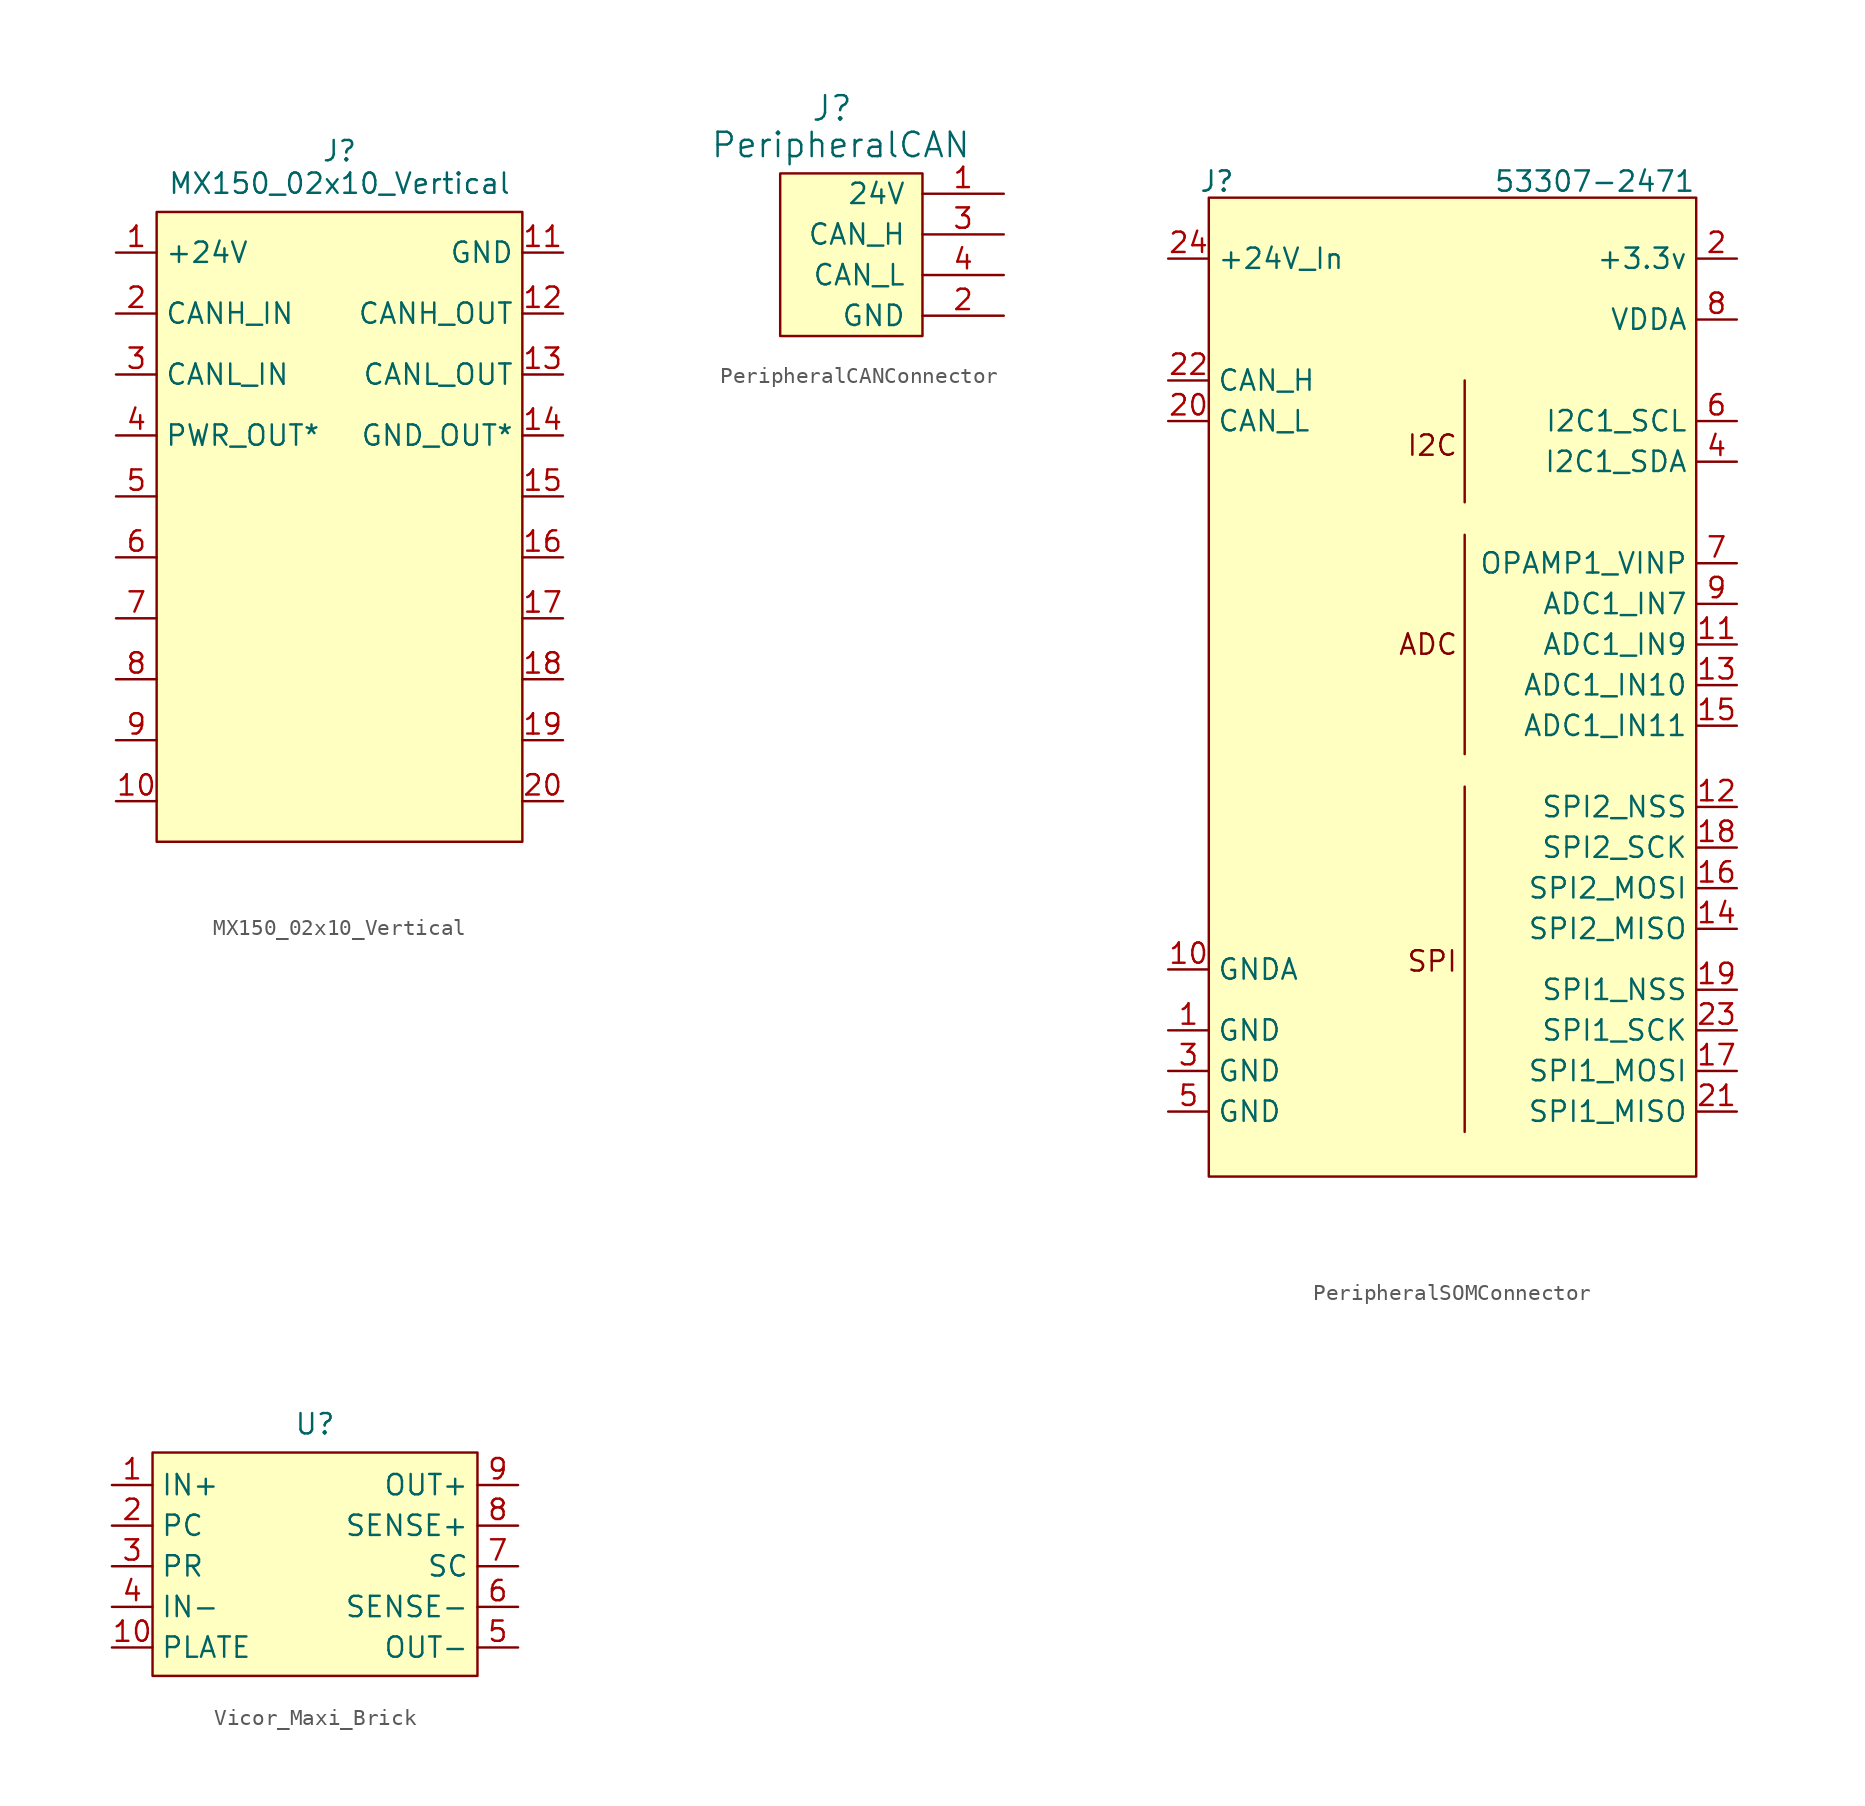
<source format=kicad_sym>
(kicad_symbol_lib
  (version 20241209)
  (generator "kicad_symbol_editor")
  (generator_version "9.0")
  (symbol "MX150_02x10_Vertical"
    (property "Reference" "J"
      (at 0 0 0)
      (effects (font (size 1.27 1.27))))
    (property "Value" "MX150_02x10_Vertical"
      (at 0 -2.032 0)
      (effects (font (size 1.27 1.27))))
    (symbol "MX150_02x10_Vertical_1_1"
      (rectangle (start -11.43 -3.81) (end 11.43 -43.18) (stroke (width 0) (type solid)) (fill (type color) (color 255 255 194 1)))
      (pin power_in line (at -13.97 -6.35 0) (length 2.54) (name "+24V" (effects (font (size 1.27 1.27)))) (number "1" (effects (font (size 1.27 1.27)))))
      (pin bidirectional line (at -13.97 -10.16 0) (length 2.54) (name "CANH_IN" (effects (font (size 1.27 1.27)))) (number "2" (effects (font (size 1.27 1.27)))))
      (pin bidirectional line (at -13.97 -13.97 0) (length 2.54) (name "CANL_IN" (effects (font (size 1.27 1.27)))) (number "3" (effects (font (size 1.27 1.27)))))
      (pin bidirectional line (at -13.97 -17.78 0) (length 2.54) (name "PWR_OUT*" (effects (font (size 1.27 1.27)))) (number "4" (effects (font (size 1.27 1.27)))))
      (pin bidirectional line (at -13.97 -21.59 0) (length 2.54) (name "" (effects (font (size 1.27 1.27)))) (number "5" (effects (font (size 1.27 1.27)))))
      (pin bidirectional line (at -13.97 -25.4 0) (length 2.54) (name "" (effects (font (size 1.27 1.27)))) (number "6" (effects (font (size 1.27 1.27)))))
      (pin bidirectional line (at -13.97 -29.21 0) (length 2.54) (name "" (effects (font (size 1.27 1.27)))) (number "7" (effects (font (size 1.27 1.27)))))
      (pin bidirectional line (at -13.97 -33.02 0) (length 2.54) (name "" (effects (font (size 1.27 1.27)))) (number "8" (effects (font (size 1.27 1.27)))))
      (pin bidirectional line (at -13.97 -36.83 0) (length 2.54) (name "" (effects (font (size 1.27 1.27)))) (number "9" (effects (font (size 1.27 1.27)))))
      (pin bidirectional line (at -13.97 -40.64 0) (length 2.54) (name "" (effects (font (size 1.27 1.27)))) (number "10" (effects (font (size 1.27 1.27)))))
      (pin power_in line (at 13.97 -6.35 180) (length 2.54) (name "GND" (effects (font (size 1.27 1.27)))) (number "11" (effects (font (size 1.27 1.27)))))
      (pin bidirectional line (at 13.97 -10.16 180) (length 2.54) (name "CANH_OUT" (effects (font (size 1.27 1.27)))) (number "12" (effects (font (size 1.27 1.27)))))
      (pin bidirectional line (at 13.97 -13.97 180) (length 2.54) (name "CANL_OUT" (effects (font (size 1.27 1.27)))) (number "13" (effects (font (size 1.27 1.27)))))
      (pin bidirectional line (at 13.97 -17.78 180) (length 2.54) (name "GND_OUT*" (effects (font (size 1.27 1.27)))) (number "14" (effects (font (size 1.27 1.27)))))
      (pin power_in line (at 13.97 -21.59 180) (length 2.54) (name "" (effects (font (size 1.27 1.27)))) (number "15" (effects (font (size 1.27 1.27)))))
      (pin bidirectional line (at 13.97 -25.4 180) (length 2.54) (name "" (effects (font (size 1.27 1.27)))) (number "16" (effects (font (size 1.27 1.27)))))
      (pin bidirectional line (at 13.97 -29.21 180) (length 2.54) (name "" (effects (font (size 1.27 1.27)))) (number "17" (effects (font (size 1.27 1.27)))))
      (pin bidirectional line (at 13.97 -33.02 180) (length 2.54) (name "" (effects (font (size 1.27 1.27)))) (number "18" (effects (font (size 1.27 1.27)))))
      (pin bidirectional line (at 13.97 -36.83 180) (length 2.54) (name "" (effects (font (size 1.27 1.27)))) (number "19" (effects (font (size 1.27 1.27)))))
      (pin bidirectional line (at 13.97 -40.64 180) (length 2.54) (name "" (effects (font (size 1.27 1.27)))) (number "20" (effects (font (size 1.27 1.27)))))))
  (symbol "PeripheralCANConnector"
    (pin_names
      (offset 1.016))
    (property "Reference" "J"
      (at 0.762 9.144 0)
      (effects (font (size 1.524 1.524)) (justify right)))
    (property "Value" "PeripheralCAN"
      (at 8.128 6.858 0)
      (effects (font (size 1.524 1.524)) (justify right)))
    (symbol "PeripheralCANConnector_0_1"
      (rectangle (start -3.81 5.08) (end 5.08 -5.08) (stroke (width 0) (type solid)) (fill (type background))))
    (symbol "PeripheralCANConnector_1_1"
      (pin power_in line (at 10.16 3.81 180) (length 5.08) (name "24V" (effects (font (size 1.27 1.27)))) (number "1" (effects (font (size 1.27 1.27)))))
      (pin bidirectional line (at 10.16 1.27 180) (length 5.08) (name "CAN_H" (effects (font (size 1.27 1.27)))) (number "3" (effects (font (size 1.27 1.27)))))
      (pin bidirectional line (at 10.16 -1.27 180) (length 5.08) (name "CAN_L" (effects (font (size 1.27 1.27)))) (number "4" (effects (font (size 1.27 1.27)))))
      (pin power_in line (at 10.16 -3.81 180) (length 5.08) (name "GND" (effects (font (size 1.27 1.27)))) (number "2" (effects (font (size 1.27 1.27)))))))
  (symbol "PeripheralSOMConnector"
    (property "Reference" "J"
      (at -14.732 -2.794 0)
      (effects (font (size 1.27 1.27) (thickness 0.159))))
    (property "Value" "53307-2471"
      (at 8.89 -2.794 0)
      (effects (font (size 1.27 1.27))))
    (symbol "PeripheralSOMConnector_0_1"
      (polyline (pts (xy 0.762 -22.86) (xy 0.762 -15.24)) (stroke (width 0) (type default)) (fill (type none)))
      (polyline (pts (xy 0.762 -24.892) (xy 0.762 -38.608)) (stroke (width 0) (type default)) (fill (type none)))
      (polyline (pts (xy 0.762 -40.64) (xy 0.762 -62.23)) (stroke (width 0) (type default)) (fill (type none))))
    (symbol "PeripheralSOMConnector_1_1"
      (rectangle (start -15.24 -3.81) (end 15.24 -65.024) (stroke (width 0) (type solid)) (fill (type background)))
      (text "ADC" (at -1.524 -31.75 0) (effects (font (size 1.27 1.27))))
      (text "I2C" (at -1.27 -19.304 0) (effects (font (size 1.27 1.27))))
      (text "SPI" (at -1.27 -51.562 0) (effects (font (size 1.27 1.27))))
      (pin power_in line (at -17.78 -7.62 0) (length 2.54) (name "+24V_In" (effects (font (size 1.27 1.27)))) (number "24" (effects (font (size 1.27 1.27)))))
      (pin bidirectional line (at -17.78 -15.24 0) (length 2.54) (name "CAN_H" (effects (font (size 1.27 1.27)))) (number "22" (effects (font (size 1.27 1.27)))))
      (pin bidirectional line (at -17.78 -17.78 0) (length 2.54) (name "CAN_L" (effects (font (size 1.27 1.27)))) (number "20" (effects (font (size 1.27 1.27)))))
      (pin no_connect line (at -17.78 -40.64 0) (length 2.54) (hide yes) (name "MNT" (effects (font (size 1.27 1.27)))) (number "25" (effects (font (size 1.27 1.27)))))
      (pin no_connect line (at -17.78 -43.18 0) (length 2.54) (hide yes) (name "MNT" (effects (font (size 1.27 1.27)))) (number "26" (effects (font (size 1.27 1.27)))))
      (pin no_connect line (at -17.78 -45.72 0) (length 2.54) (hide yes) (name "MNT" (effects (font (size 1.27 1.27)))) (number "27" (effects (font (size 1.27 1.27)))))
      (pin no_connect line (at -17.78 -48.26 0) (length 2.54) (hide yes) (name "MNT" (effects (font (size 1.27 1.27)))) (number "28" (effects (font (size 1.27 1.27)))))
      (pin power_out line (at -17.78 -52.07 0) (length 2.54) (name "GNDA" (effects (font (size 1.27 1.27)))) (number "10" (effects (font (size 1.27 1.27)))))
      (pin power_in line (at -17.78 -55.88 0) (length 2.54) (name "GND" (effects (font (size 1.27 1.27)))) (number "1" (effects (font (size 1.27 1.27)))))
      (pin power_in line (at -17.78 -58.42 0) (length 2.54) (name "GND" (effects (font (size 1.27 1.27)))) (number "3" (effects (font (size 1.27 1.27)))))
      (pin power_in line (at -17.78 -60.96 0) (length 2.54) (name "GND" (effects (font (size 1.27 1.27)))) (number "5" (effects (font (size 1.27 1.27)))))
      (pin power_out line (at 17.78 -7.62 180) (length 2.54) (name "+3.3v" (effects (font (size 1.27 1.27)))) (number "2" (effects (font (size 1.27 1.27)))))
      (pin power_out line (at 17.78 -11.43 180) (length 2.54) (name "VDDA" (effects (font (size 1.27 1.27)))) (number "8" (effects (font (size 1.27 1.27)))))
      (pin output line (at 17.78 -17.78 180) (length 2.54) (name "I2C1_SCL" (effects (font (size 1.27 1.27)))) (number "6" (effects (font (size 1.27 1.27)))))
      (pin bidirectional line (at 17.78 -20.32 180) (length 2.54) (name "I2C1_SDA" (effects (font (size 1.27 1.27)))) (number "4" (effects (font (size 1.27 1.27)))))
      (pin input line (at 17.78 -26.67 180) (length 2.54) (name "OPAMP1_VINP" (effects (font (size 1.27 1.27)))) (number "7" (effects (font (size 1.27 1.27)))))
      (pin input line (at 17.78 -29.21 180) (length 2.54) (name "ADC1_IN7" (effects (font (size 1.27 1.27)))) (number "9" (effects (font (size 1.27 1.27)))))
      (pin input line (at 17.78 -31.75 180) (length 2.54) (name "ADC1_IN9" (effects (font (size 1.27 1.27)))) (number "11" (effects (font (size 1.27 1.27)))))
      (pin input line (at 17.78 -34.29 180) (length 2.54) (name "ADC1_IN10" (effects (font (size 1.27 1.27)))) (number "13" (effects (font (size 1.27 1.27)))))
      (pin input line (at 17.78 -36.83 180) (length 2.54) (name "ADC1_IN11" (effects (font (size 1.27 1.27)))) (number "15" (effects (font (size 1.27 1.27)))))
      (pin output line (at 17.78 -41.91 180) (length 2.54) (name "SPI2_NSS" (effects (font (size 1.27 1.27)))) (number "12" (effects (font (size 1.27 1.27)))))
      (pin output line (at 17.78 -44.45 180) (length 2.54) (name "SPI2_SCK" (effects (font (size 1.27 1.27)))) (number "18" (effects (font (size 1.27 1.27)))))
      (pin output line (at 17.78 -46.99 180) (length 2.54) (name "SPI2_MOSI" (effects (font (size 1.27 1.27)))) (number "16" (effects (font (size 1.27 1.27)))))
      (pin input line (at 17.78 -49.53 180) (length 2.54) (name "SPI2_MISO" (effects (font (size 1.27 1.27)))) (number "14" (effects (font (size 1.27 1.27)))))
      (pin output line (at 17.78 -53.34 180) (length 2.54) (name "SPI1_NSS" (effects (font (size 1.27 1.27)))) (number "19" (effects (font (size 1.27 1.27)))))
      (pin output line (at 17.78 -55.88 180) (length 2.54) (name "SPI1_SCK" (effects (font (size 1.27 1.27)))) (number "23" (effects (font (size 1.27 1.27)))))
      (pin output line (at 17.78 -58.42 180) (length 2.54) (name "SPI1_MOSI" (effects (font (size 1.27 1.27)))) (number "17" (effects (font (size 1.27 1.27)))))
      (pin input line (at 17.78 -60.96 180) (length 2.54) (name "SPI1_MISO" (effects (font (size 1.27 1.27)))) (number "21" (effects (font (size 1.27 1.27)))))))
  (symbol "Vicor_Maxi_Brick"
    (property "Reference" "U"
      (at 0 0 0)
      (effects (font (size 1.27 1.27))))
    (property "Value" ""
      (at 0 0 0)
      (effects (font (size 1.27 1.27))))
    (symbol "Vicor_Maxi_Brick_1_1"
      (rectangle (start -10.16 -1.778) (end 10.16 -15.748) (stroke (width 0) (type solid)) (fill (type background)))
      (pin power_in line (at -12.7 -3.81 0) (length 2.54) (name "IN+" (effects (font (size 1.27 1.27)))) (number "1" (effects (font (size 1.27 1.27)))))
      (pin input line (at -12.7 -6.35 0) (length 2.54) (name "PC" (effects (font (size 1.27 1.27)))) (number "2" (effects (font (size 1.27 1.27)))))
      (pin bidirectional line (at -12.7 -8.89 0) (length 2.54) (name "PR" (effects (font (size 1.27 1.27)))) (number "3" (effects (font (size 1.27 1.27)))))
      (pin power_in line (at -12.7 -11.43 0) (length 2.54) (name "IN-" (effects (font (size 1.27 1.27)))) (number "4" (effects (font (size 1.27 1.27)))))
      (pin passive line (at -12.7 -13.97 0) (length 2.54) (name "PLATE" (effects (font (size 1.27 1.27)))) (number "10" (effects (font (size 1.27 1.27)))))
      (pin power_out line (at 12.7 -3.81 180) (length 2.54) (name "OUT+" (effects (font (size 1.27 1.27)))) (number "9" (effects (font (size 1.27 1.27)))))
      (pin input line (at 12.7 -6.35 180) (length 2.54) (name "SENSE+" (effects (font (size 1.27 1.27)))) (number "8" (effects (font (size 1.27 1.27)))))
      (pin input line (at 12.7 -8.89 180) (length 2.54) (name "SC" (effects (font (size 1.27 1.27)))) (number "7" (effects (font (size 1.27 1.27)))))
      (pin input line (at 12.7 -11.43 180) (length 2.54) (name "SENSE-" (effects (font (size 1.27 1.27)))) (number "6" (effects (font (size 1.27 1.27)))))
      (pin power_out line (at 12.7 -13.97 180) (length 2.54) (name "OUT-" (effects (font (size 1.27 1.27)))) (number "5" (effects (font (size 1.27 1.27))))))))
</source>
